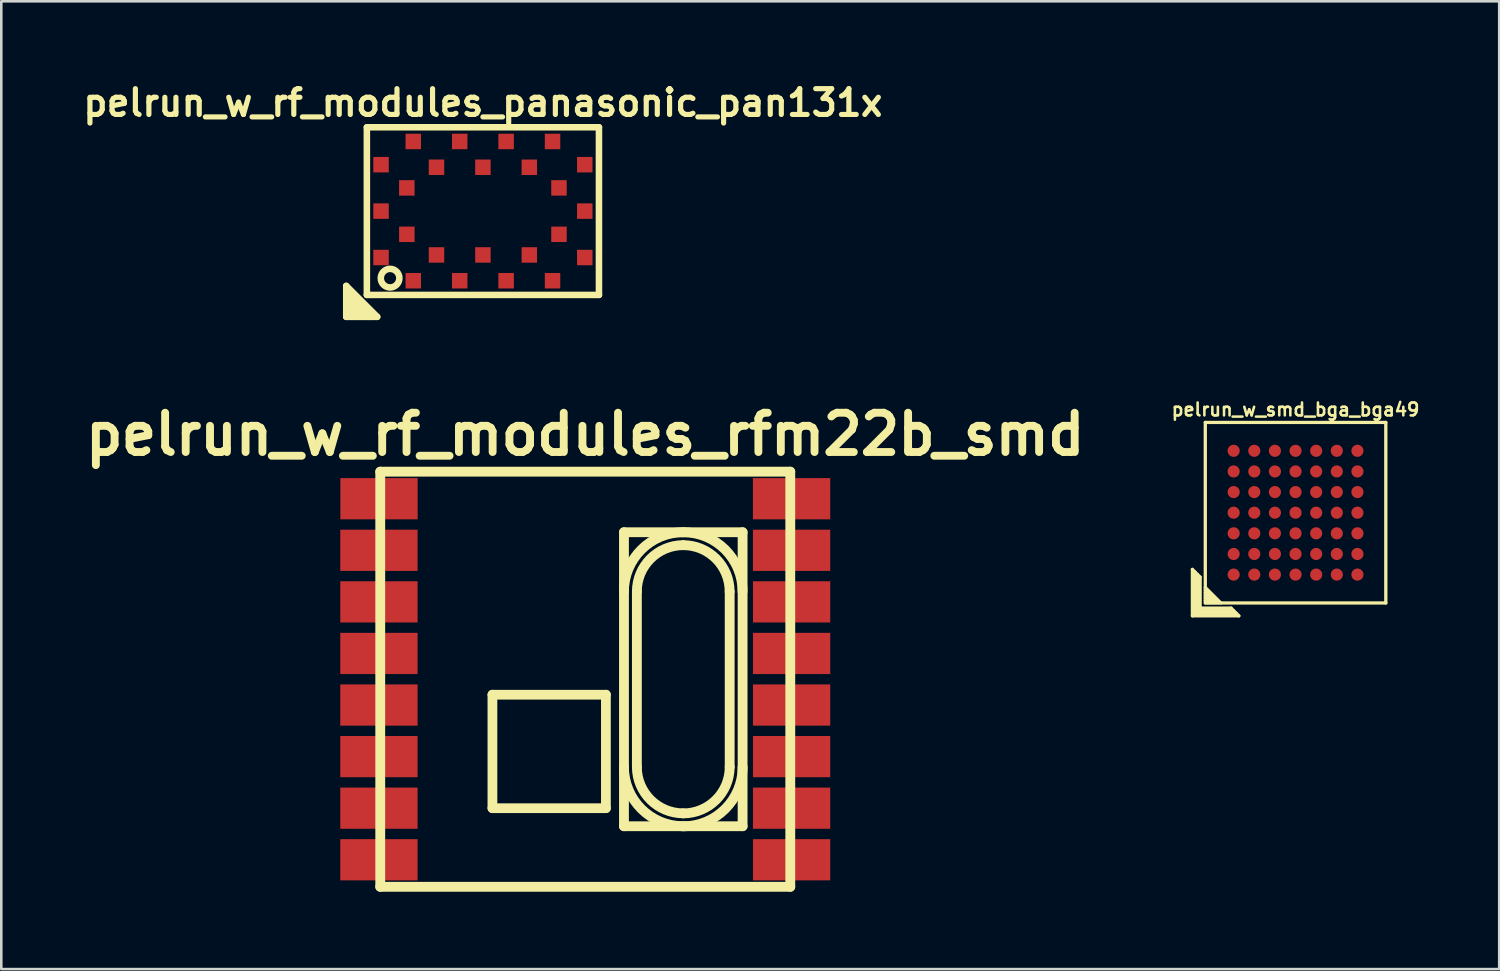
<source format=kicad_pcb>
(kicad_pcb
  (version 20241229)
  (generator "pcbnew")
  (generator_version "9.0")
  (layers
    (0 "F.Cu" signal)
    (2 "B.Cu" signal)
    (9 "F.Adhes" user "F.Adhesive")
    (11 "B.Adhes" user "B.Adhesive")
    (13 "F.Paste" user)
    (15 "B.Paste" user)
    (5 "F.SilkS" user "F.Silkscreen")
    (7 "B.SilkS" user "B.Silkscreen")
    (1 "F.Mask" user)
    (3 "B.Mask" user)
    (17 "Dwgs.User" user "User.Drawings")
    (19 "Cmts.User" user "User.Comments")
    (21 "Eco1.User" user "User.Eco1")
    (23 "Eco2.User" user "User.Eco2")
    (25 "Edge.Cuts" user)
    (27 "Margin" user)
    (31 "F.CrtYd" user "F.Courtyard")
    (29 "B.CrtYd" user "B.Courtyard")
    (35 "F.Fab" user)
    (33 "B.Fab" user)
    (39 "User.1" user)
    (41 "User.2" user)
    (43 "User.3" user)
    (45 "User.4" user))
  (footprint "pelrun_w_rf_modules_panasonic_pan131x"
    (layer "F.Cu")
    (at 15.676 5.136)
    (property "Reference" "pelrun_w_rf_modules_panasonic_pan131x" (at 0 -4.2 0) (layer "F.SilkS") (effects (font (size 1 1) (thickness 0.2))))
    (attr through_hole)
    (fp_line (start -5.3 2.9) (end -4.1 4.1) (stroke (width 0.254) (type solid)) (layer "F.SilkS"))
    (fp_line (start -5.3 3.2) (end -4.4 4.1) (stroke (width 0.254) (type solid)) (layer "F.SilkS"))
    (fp_line (start -5.3 3.8) (end -5 4.1) (stroke (width 0.254) (type solid)) (layer "F.SilkS"))
    (fp_line (start -5.3 4.1) (end -5.3 2.9) (stroke (width 0.254) (type solid)) (layer "F.SilkS"))
    (fp_line (start -5.3 4.1) (end -4.1 4.1) (stroke (width 0.254) (type solid)) (layer "F.SilkS"))
    (fp_line (start -4.7 4.1) (end -5.3 3.5) (stroke (width 0.254) (type solid)) (layer "F.SilkS"))
    (fp_line (start -4.5 -3.25) (end -4.5 3.25) (stroke (width 0.254) (type solid)) (layer "F.SilkS"))
    (fp_line (start -4.5 -3.25) (end 4.5 -3.25) (stroke (width 0.254) (type solid)) (layer "F.SilkS"))
    (fp_line (start -4.5 3.25) (end 4.5 3.25) (stroke (width 0.254) (type solid)) (layer "F.SilkS"))
    (fp_line (start 4.5 -3.25) (end 4.5 3.25) (stroke (width 0.254) (type solid)) (layer "F.SilkS"))
    (fp_circle (center -3.6 2.6) (end -3.8 2.9) (stroke (width 0.254) (type solid)) (fill no) (layer "F.SilkS"))
    (pad "1" smd rect (at -2.7 2.7) (size 0.6 0.6) (layers "F.Cu" "F.Mask" "F.Paste"))
    (pad "2" smd rect (at -1.8 1.7) (size 0.6 0.6) (layers "F.Cu" "F.Mask" "F.Paste"))
    (pad "3" smd rect (at -0.9 2.7) (size 0.6 0.6) (layers "F.Cu" "F.Mask" "F.Paste"))
    (pad "4" smd rect (at 0 1.7) (size 0.6 0.6) (layers "F.Cu" "F.Mask" "F.Paste"))
    (pad "5" smd rect (at 0.9 2.7) (size 0.6 0.6) (layers "F.Cu" "F.Mask" "F.Paste"))
    (pad "6" smd rect (at 1.8 1.7) (size 0.6 0.6) (layers "F.Cu" "F.Mask" "F.Paste"))
    (pad "7" smd rect (at 2.7 2.7) (size 0.6 0.6) (layers "F.Cu" "F.Mask" "F.Paste"))
    (pad "8" smd rect (at 3.95 1.8) (size 0.6 0.6) (layers "F.Cu" "F.Mask" "F.Paste"))
    (pad "9" smd rect (at 2.95 0.9) (size 0.6 0.6) (layers "F.Cu" "F.Mask" "F.Paste"))
    (pad "10" smd rect (at 3.95 0) (size 0.6 0.6) (layers "F.Cu" "F.Mask" "F.Paste"))
    (pad "11" smd rect (at 2.95 -0.9) (size 0.6 0.6) (layers "F.Cu" "F.Mask" "F.Paste"))
    (pad "12" smd rect (at 3.95 -1.8) (size 0.6 0.6) (layers "F.Cu" "F.Mask" "F.Paste"))
    (pad "13" smd rect (at 2.7 -2.7) (size 0.6 0.6) (layers "F.Cu" "F.Mask" "F.Paste"))
    (pad "14" smd rect (at 1.8 -1.7) (size 0.6 0.6) (layers "F.Cu" "F.Mask" "F.Paste"))
    (pad "15" smd rect (at 0.9 -2.7) (size 0.6 0.6) (layers "F.Cu" "F.Mask" "F.Paste"))
    (pad "16" smd rect (at 0 -1.7) (size 0.6 0.6) (layers "F.Cu" "F.Mask" "F.Paste"))
    (pad "17" smd rect (at -0.9 -2.7) (size 0.6 0.6) (layers "F.Cu" "F.Mask" "F.Paste"))
    (pad "18" smd rect (at -1.8 -1.7) (size 0.6 0.6) (layers "F.Cu" "F.Mask" "F.Paste"))
    (pad "19" smd rect (at -2.7 -2.7) (size 0.6 0.6) (layers "F.Cu" "F.Mask" "F.Paste"))
    (pad "20" smd rect (at -3.95 -1.8) (size 0.6 0.6) (layers "F.Cu" "F.Mask" "F.Paste"))
    (pad "21" smd rect (at -2.95 -0.9) (size 0.6 0.6) (layers "F.Cu" "F.Mask" "F.Paste"))
    (pad "22" smd rect (at -3.95 0) (size 0.6 0.6) (layers "F.Cu" "F.Mask" "F.Paste"))
    (pad "23" smd rect (at -2.95 0.9) (size 0.6 0.6) (layers "F.Cu" "F.Mask" "F.Paste"))
    (pad "24" smd rect (at -3.95 1.8) (size 0.6 0.6) (layers "F.Cu" "F.Mask" "F.Paste")))
  (footprint "pelrun_w_smd_bga_bga49"
    (layer "F.Cu")
    (at 47.188 16.831)
    (property "Reference" "pelrun_w_smd_bga_bga49" (at 0 -4 0) (layer "F.SilkS") (effects (font (size 0.5 0.5) (thickness 0.1))))
    (attr through_hole)
    (fp_line (start -4 2.2) (end -3.7 2.5) (stroke (width 0.127) (type solid)) (layer "F.SilkS"))
    (fp_line (start -4 4) (end -4 2.2) (stroke (width 0.127) (type solid)) (layer "F.SilkS"))
    (fp_line (start -3.9 3.9) (end -3.9 2.3) (stroke (width 0.127) (type solid)) (layer "F.SilkS"))
    (fp_line (start -3.8 2.4) (end -3.8 3.8) (stroke (width 0.127) (type solid)) (layer "F.SilkS"))
    (fp_line (start -3.8 3.8) (end -2.4 3.8) (stroke (width 0.127) (type solid)) (layer "F.SilkS"))
    (fp_line (start -3.7 2.5) (end -3.7 3.7) (stroke (width 0.127) (type solid)) (layer "F.SilkS"))
    (fp_line (start -3.7 3.7) (end -2.5 3.7) (stroke (width 0.127) (type solid)) (layer "F.SilkS"))
    (fp_line (start -3.5 -3.5) (end 3.5 -3.5) (stroke (width 0.127) (type solid)) (layer "F.SilkS"))
    (fp_line (start -3.5 2.9) (end -2.9 3.5) (stroke (width 0.127) (type solid)) (layer "F.SilkS"))
    (fp_line (start -3.5 3.5) (end -3.5 -3.5) (stroke (width 0.127) (type solid)) (layer "F.SilkS"))
    (fp_line (start -3.4 3.5) (end -3.5 3.4) (stroke (width 0.127) (type solid)) (layer "F.SilkS"))
    (fp_line (start -3.3 3.5) (end -3.5 3.3) (stroke (width 0.127) (type solid)) (layer "F.SilkS"))
    (fp_line (start -3.2 3.5) (end -3.5 3.2) (stroke (width 0.127) (type solid)) (layer "F.SilkS"))
    (fp_line (start -3.1 3.5) (end -3.5 3.1) (stroke (width 0.127) (type solid)) (layer "F.SilkS"))
    (fp_line (start -3 3.5) (end -3.5 3) (stroke (width 0.127) (type solid)) (layer "F.SilkS"))
    (fp_line (start -2.5 3.7) (end -2.2 4) (stroke (width 0.127) (type solid)) (layer "F.SilkS"))
    (fp_line (start -2.3 3.9) (end -3.9 3.9) (stroke (width 0.127) (type solid)) (layer "F.SilkS"))
    (fp_line (start -2.2 4) (end -4 4) (stroke (width 0.127) (type solid)) (layer "F.SilkS"))
    (fp_line (start 3.5 -3.5) (end 3.5 3.5) (stroke (width 0.127) (type solid)) (layer "F.SilkS"))
    (fp_line (start 3.5 3.5) (end -3.5 3.5) (stroke (width 0.127) (type solid)) (layer "F.SilkS"))
    (pad "A1" smd circle (at -2.4 2.4) (size 0.47 0.47) (layers "F.Cu" "F.Mask" "F.Paste"))
    (pad "A2" smd circle (at -2.4 1.6) (size 0.47 0.47) (layers "F.Cu" "F.Mask" "F.Paste"))
    (pad "A3" smd circle (at -2.4 0.8) (size 0.47 0.47) (layers "F.Cu" "F.Mask" "F.Paste"))
    (pad "A4" smd circle (at -2.4 0) (size 0.47 0.47) (layers "F.Cu" "F.Mask" "F.Paste"))
    (pad "A5" smd circle (at -2.4 -0.8) (size 0.47 0.47) (layers "F.Cu" "F.Mask" "F.Paste"))
    (pad "A6" smd circle (at -2.4 -1.6) (size 0.47 0.47) (layers "F.Cu" "F.Mask" "F.Paste"))
    (pad "A7" smd circle (at -2.4 -2.4) (size 0.47 0.47) (layers "F.Cu" "F.Mask" "F.Paste"))
    (pad "B1" smd circle (at -1.6 2.4) (size 0.47 0.47) (layers "F.Cu" "F.Mask" "F.Paste"))
    (pad "B2" smd circle (at -1.6 1.6) (size 0.47 0.47) (layers "F.Cu" "F.Mask" "F.Paste"))
    (pad "B3" smd circle (at -1.6 0.8) (size 0.47 0.47) (layers "F.Cu" "F.Mask" "F.Paste"))
    (pad "B4" smd circle (at -1.6 0) (size 0.47 0.47) (layers "F.Cu" "F.Mask" "F.Paste"))
    (pad "B5" smd circle (at -1.6 -0.8) (size 0.47 0.47) (layers "F.Cu" "F.Mask" "F.Paste"))
    (pad "B6" smd circle (at -1.6 -1.6) (size 0.47 0.47) (layers "F.Cu" "F.Mask" "F.Paste"))
    (pad "B7" smd circle (at -1.6 -2.4) (size 0.47 0.47) (layers "F.Cu" "F.Mask" "F.Paste"))
    (pad "C1" smd circle (at -0.8 2.4) (size 0.47 0.47) (layers "F.Cu" "F.Mask" "F.Paste"))
    (pad "C2" smd circle (at -0.8 1.6) (size 0.47 0.47) (layers "F.Cu" "F.Mask" "F.Paste"))
    (pad "C3" smd circle (at -0.8 0.8) (size 0.47 0.47) (layers "F.Cu" "F.Mask" "F.Paste"))
    (pad "C4" smd circle (at -0.8 0) (size 0.47 0.47) (layers "F.Cu" "F.Mask" "F.Paste"))
    (pad "C5" smd circle (at -0.8 -0.8) (size 0.47 0.47) (layers "F.Cu" "F.Mask" "F.Paste"))
    (pad "C6" smd circle (at -0.8 -1.6) (size 0.47 0.47) (layers "F.Cu" "F.Mask" "F.Paste"))
    (pad "C7" smd circle (at -0.8 -2.4) (size 0.47 0.47) (layers "F.Cu" "F.Mask" "F.Paste"))
    (pad "D1" smd circle (at 0 2.4) (size 0.47 0.47) (layers "F.Cu" "F.Mask" "F.Paste"))
    (pad "D2" smd circle (at 0 1.6) (size 0.47 0.47) (layers "F.Cu" "F.Mask" "F.Paste"))
    (pad "D3" smd circle (at 0 0.8) (size 0.47 0.47) (layers "F.Cu" "F.Mask" "F.Paste"))
    (pad "D4" smd circle (at 0 0) (size 0.47 0.47) (layers "F.Cu" "F.Mask" "F.Paste"))
    (pad "D5" smd circle (at 0 -0.8) (size 0.47 0.47) (layers "F.Cu" "F.Mask" "F.Paste"))
    (pad "D6" smd circle (at 0 -1.6) (size 0.47 0.47) (layers "F.Cu" "F.Mask" "F.Paste"))
    (pad "D7" smd circle (at 0 -2.4) (size 0.47 0.47) (layers "F.Cu" "F.Mask" "F.Paste"))
    (pad "E1" smd circle (at 0.8 2.4) (size 0.47 0.47) (layers "F.Cu" "F.Mask" "F.Paste"))
    (pad "E2" smd circle (at 0.8 1.6) (size 0.47 0.47) (layers "F.Cu" "F.Mask" "F.Paste"))
    (pad "E3" smd circle (at 0.8 0.8) (size 0.47 0.47) (layers "F.Cu" "F.Mask" "F.Paste"))
    (pad "E4" smd circle (at 0.8 0) (size 0.47 0.47) (layers "F.Cu" "F.Mask" "F.Paste"))
    (pad "E5" smd circle (at 0.8 -0.8) (size 0.47 0.47) (layers "F.Cu" "F.Mask" "F.Paste"))
    (pad "E6" smd circle (at 0.8 -1.6) (size 0.47 0.47) (layers "F.Cu" "F.Mask" "F.Paste"))
    (pad "E7" smd circle (at 0.8 -2.4) (size 0.47 0.47) (layers "F.Cu" "F.Mask" "F.Paste"))
    (pad "F1" smd circle (at 1.6 2.4) (size 0.47 0.47) (layers "F.Cu" "F.Mask" "F.Paste"))
    (pad "F2" smd circle (at 1.6 1.6) (size 0.47 0.47) (layers "F.Cu" "F.Mask" "F.Paste"))
    (pad "F3" smd circle (at 1.6 0.8) (size 0.47 0.47) (layers "F.Cu" "F.Mask" "F.Paste"))
    (pad "F4" smd circle (at 1.6 0) (size 0.47 0.47) (layers "F.Cu" "F.Mask" "F.Paste"))
    (pad "F5" smd circle (at 1.6 -0.8) (size 0.47 0.47) (layers "F.Cu" "F.Mask" "F.Paste"))
    (pad "F6" smd circle (at 1.6 -1.6) (size 0.47 0.47) (layers "F.Cu" "F.Mask" "F.Paste"))
    (pad "F7" smd circle (at 1.6 -2.4) (size 0.47 0.47) (layers "F.Cu" "F.Mask" "F.Paste"))
    (pad "G1" smd circle (at 2.4 2.4) (size 0.47 0.47) (layers "F.Cu" "F.Mask" "F.Paste"))
    (pad "G2" smd circle (at 2.4 1.6) (size 0.47 0.47) (layers "F.Cu" "F.Mask" "F.Paste"))
    (pad "G3" smd circle (at 2.4 0.8) (size 0.47 0.47) (layers "F.Cu" "F.Mask" "F.Paste"))
    (pad "G4" smd circle (at 2.4 0) (size 0.47 0.47) (layers "F.Cu" "F.Mask" "F.Paste"))
    (pad "G5" smd circle (at 2.4 -0.8) (size 0.47 0.47) (layers "F.Cu" "F.Mask" "F.Paste"))
    (pad "G6" smd circle (at 2.4 -1.6) (size 0.47 0.47) (layers "F.Cu" "F.Mask" "F.Paste"))
    (pad "G7" smd circle (at 2.4 -2.4) (size 0.47 0.47) (layers "F.Cu" "F.Mask" "F.Paste")))
  (footprint "pelrun_w_rf_modules_rfm22b_smd"
    (layer "F.Cu")
    (at 19.645 23.289)
    (property "Reference" "pelrun_w_rf_modules_rfm22b_smd" (at 0 -9.5 0) (layer "F.SilkS") (effects (font (size 1.524 1.524) (thickness 0.305))))
    (attr through_hole)
    (fp_line (start -7.95 -8.049) (end 7.95 -8.049) (stroke (width 0.381) (type solid)) (layer "F.SilkS"))
    (fp_line (start -7.95 8.049) (end -7.95 -8.049) (stroke (width 0.381) (type solid)) (layer "F.SilkS"))
    (fp_line (start -3.6 0.6) (end 0.8 0.6) (stroke (width 0.378) (type solid)) (layer "F.SilkS"))
    (fp_line (start -3.6 5) (end -3.6 0.6) (stroke (width 0.378) (type solid)) (layer "F.SilkS"))
    (fp_line (start 0.8 0.6) (end 0.8 5) (stroke (width 0.378) (type solid)) (layer "F.SilkS"))
    (fp_line (start 0.8 5) (end -3.6 5) (stroke (width 0.378) (type solid)) (layer "F.SilkS"))
    (fp_line (start 1.501 -5.7) (end 6.101 -5.7) (stroke (width 0.381) (type solid)) (layer "F.SilkS"))
    (fp_line (start 1.501 5.7) (end 1.501 -5.7) (stroke (width 0.381) (type solid)) (layer "F.SilkS"))
    (fp_line (start 2.001 3.401) (end 2.001 -3.401) (stroke (width 0.381) (type solid)) (layer "F.SilkS"))
    (fp_line (start 5.6 -3.401) (end 5.6 3.401) (stroke (width 0.381) (type solid)) (layer "F.SilkS"))
    (fp_line (start 6.101 -5.7) (end 6.101 5.7) (stroke (width 0.381) (type solid)) (layer "F.SilkS"))
    (fp_line (start 6.101 5.7) (end 1.501 5.7) (stroke (width 0.381) (type solid)) (layer "F.SilkS"))
    (fp_line (start 7.95 -8.049) (end 7.95 8.049) (stroke (width 0.381) (type solid)) (layer "F.SilkS"))
    (fp_line (start 7.95 8.049) (end -7.95 8.049) (stroke (width 0.381) (type solid)) (layer "F.SilkS"))
    (fp_arc (start 1.5008 -3.40106) (mid 2.174074 -5.026486) (end 3.7995 -5.69976) (stroke (width 0.381) (type solid)) (layer "F.SilkS"))
    (fp_arc (start 2.00118 -3.40106) (mid 2.527896 -4.672664) (end 3.7995 -5.19938) (stroke (width 0.381) (type solid)) (layer "F.SilkS"))
    (fp_arc (start 3.7995 -5.69976) (mid 5.424926 -5.026486) (end 6.0982 -3.40106) (stroke (width 0.381) (type solid)) (layer "F.SilkS"))
    (fp_arc (start 3.7995 -5.19938) (mid 5.071104 -4.672664) (end 5.59782 -3.40106) (stroke (width 0.381) (type solid)) (layer "F.SilkS"))
    (fp_arc (start 3.7995 5.19938) (mid 2.527896 4.672664) (end 2.00118 3.40106) (stroke (width 0.381) (type solid)) (layer "F.SilkS"))
    (fp_arc (start 3.7995 5.69976) (mid 2.174074 5.026486) (end 1.5008 3.40106) (stroke (width 0.381) (type solid)) (layer "F.SilkS"))
    (fp_arc (start 5.60036 3.40106) (mid 5.0729 4.67446) (end 3.7995 5.20192) (stroke (width 0.381) (type solid)) (layer "F.SilkS"))
    (fp_arc (start 6.10074 3.40106) (mid 5.426722 5.028282) (end 3.7995 5.7023) (stroke (width 0.381) (type solid)) (layer "F.SilkS"))
    (pad "1" smd rect (at -7.998 -7) (size 2.997 1.598) (layers "F.Cu" "F.Mask" "F.Paste"))
    (pad "2" smd rect (at -8.001 -5) (size 2.997 1.598) (layers "F.Cu" "F.Mask" "F.Paste"))
    (pad "3" smd rect (at -8.001 -3) (size 2.997 1.598) (layers "F.Cu" "F.Mask" "F.Paste"))
    (pad "4" smd rect (at -8.001 -1) (size 2.997 1.598) (layers "F.Cu" "F.Mask" "F.Paste"))
    (pad "5" smd rect (at -8.001 1) (size 2.997 1.598) (layers "F.Cu" "F.Mask" "F.Paste"))
    (pad "6" smd rect (at -8.001 3) (size 2.997 1.598) (layers "F.Cu" "F.Mask" "F.Paste"))
    (pad "7" smd rect (at -8.001 5) (size 2.997 1.598) (layers "F.Cu" "F.Mask" "F.Paste"))
    (pad "8" smd rect (at -8.001 7) (size 2.997 1.598) (layers "F.Cu" "F.Mask" "F.Paste"))
    (pad "9" smd rect (at 8.001 7) (size 2.997 1.598) (layers "F.Cu" "F.Mask" "F.Paste"))
    (pad "10" smd rect (at 8.001 5) (size 2.997 1.598) (layers "F.Cu" "F.Mask" "F.Paste"))
    (pad "11" smd rect (at 8.001 3) (size 2.997 1.598) (layers "F.Cu" "F.Mask" "F.Paste"))
    (pad "12" smd rect (at 8.001 1) (size 2.997 1.598) (layers "F.Cu" "F.Mask" "F.Paste"))
    (pad "13" smd rect (at 8.001 -1) (size 2.997 1.598) (layers "F.Cu" "F.Mask" "F.Paste"))
    (pad "14" smd rect (at 8.001 -3) (size 2.997 1.598) (layers "F.Cu" "F.Mask" "F.Paste"))
    (pad "15" smd rect (at 8 -5) (size 2.997 1.598) (layers "F.Cu" "F.Mask" "F.Paste"))
    (pad "16" smd rect (at 8 -7) (size 2.997 1.598) (layers "F.Cu" "F.Mask" "F.Paste")))
  (gr_rect
    (start -3 -3)
    (end 55.085 34.529)
    (stroke (width 0.1) (type default))
    (fill no)
    (layer "Edge.Cuts")))
</source>
